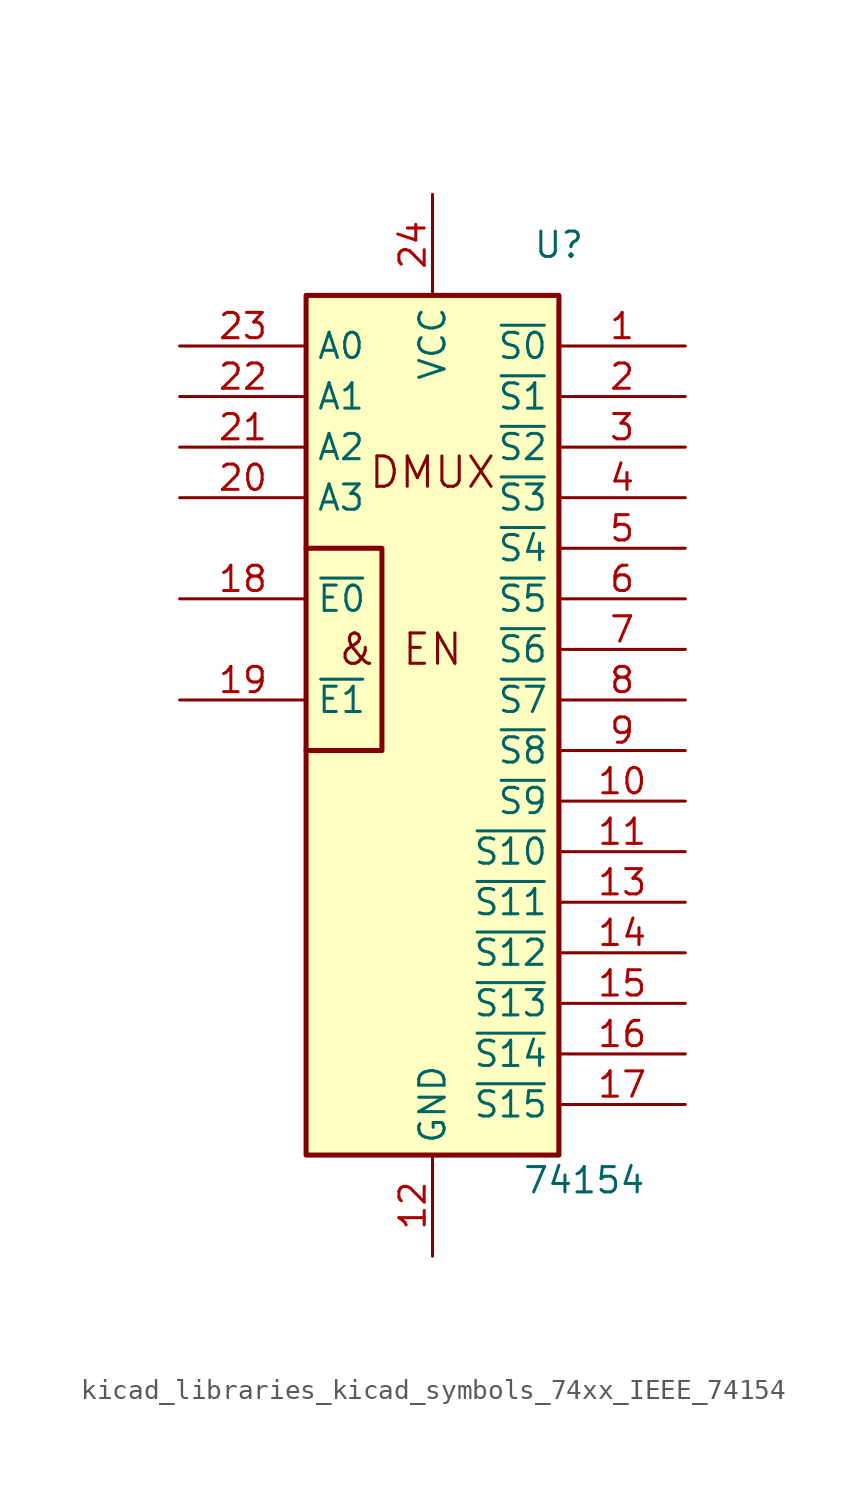
<source format=kicad_sym>
(kicad_symbol_lib
  (version 20220914)
  (generator kicad_symbol_editor)
  (symbol "kicad_libraries_kicad_symbols_74xx_IEEE_74154"
    (property "Reference" "U"
      (at 6.35 25.4 0)
      (effects (font (size 1.27 1.27))))
    (property "Value" "74154"
      (at 7.62 -21.59 0)
      (effects (font (size 1.27 1.27))))
    (symbol "kicad_libraries_kicad_symbols_74xx_IEEE_74154_0_0"
      (rectangle (start -6.35 22.86) (end 6.35 -20.32) (stroke (width 0.254) (type default)) (fill (type background)))
      (polyline (pts (xy -6.35 10.16) (xy -2.54 10.16) (xy -2.54 0) (xy -6.35 0) (xy -6.35 0)) (stroke (width 0.254) (type default)) (fill (type background)))
      (text "&" (at -3.81 5.08 0) (effects (font (size 1.524 1.524))))
      (text "DMUX" (at 0 13.97 0) (effects (font (size 1.524 1.524))))
      (text "EN" (at 0 5.08 0) (effects (font (size 1.524 1.524))))
      (pin power_in line (at 0 -25.4 90) (length 5.08) (name "GND" (effects (font (size 1.27 1.27)))) (number "12" (effects (font (size 1.27 1.27)))))
      (pin power_in line (at 0 27.94 270) (length 5.08) (name "VCC" (effects (font (size 1.27 1.27)))) (number "24" (effects (font (size 1.27 1.27))))))
    (symbol "kicad_libraries_kicad_symbols_74xx_IEEE_74154_1_1"
      (pin output line (at 12.7 20.32 180) (length 6.35) (name "~{S0}" (effects (font (size 1.27 1.27)))) (number "1" (effects (font (size 1.27 1.27)))))
      (pin output line (at 12.7 -2.54 180) (length 6.35) (name "~{S9}" (effects (font (size 1.27 1.27)))) (number "10" (effects (font (size 1.27 1.27)))))
      (pin output line (at 12.7 -5.08 180) (length 6.35) (name "~{S10}" (effects (font (size 1.27 1.27)))) (number "11" (effects (font (size 1.27 1.27)))))
      (pin output line (at 12.7 -7.62 180) (length 6.35) (name "~{S11}" (effects (font (size 1.27 1.27)))) (number "13" (effects (font (size 1.27 1.27)))))
      (pin output line (at 12.7 -10.16 180) (length 6.35) (name "~{S12}" (effects (font (size 1.27 1.27)))) (number "14" (effects (font (size 1.27 1.27)))))
      (pin input line (at 12.7 -12.7 180) (length 6.35) (name "~{S13}" (effects (font (size 1.27 1.27)))) (number "15" (effects (font (size 1.27 1.27)))))
      (pin output line (at 12.7 -15.24 180) (length 6.35) (name "~{S14}" (effects (font (size 1.27 1.27)))) (number "16" (effects (font (size 1.27 1.27)))))
      (pin output line (at 12.7 -17.78 180) (length 6.35) (name "~{S15}" (effects (font (size 1.27 1.27)))) (number "17" (effects (font (size 1.27 1.27)))))
      (pin input line (at -12.7 7.62 0) (length 6.35) (name "~{E0}" (effects (font (size 1.27 1.27)))) (number "18" (effects (font (size 1.27 1.27)))))
      (pin input line (at -12.7 2.54 0) (length 6.35) (name "~{E1}" (effects (font (size 1.27 1.27)))) (number "19" (effects (font (size 1.27 1.27)))))
      (pin output line (at 12.7 17.78 180) (length 6.35) (name "~{S1}" (effects (font (size 1.27 1.27)))) (number "2" (effects (font (size 1.27 1.27)))))
      (pin input line (at -12.7 12.7 0) (length 6.35) (name "A3" (effects (font (size 1.27 1.27)))) (number "20" (effects (font (size 1.27 1.27)))))
      (pin input line (at -12.7 15.24 0) (length 6.35) (name "A2" (effects (font (size 1.27 1.27)))) (number "21" (effects (font (size 1.27 1.27)))))
      (pin input line (at -12.7 17.78 0) (length 6.35) (name "A1" (effects (font (size 1.27 1.27)))) (number "22" (effects (font (size 1.27 1.27)))))
      (pin input line (at -12.7 20.32 0) (length 6.35) (name "A0" (effects (font (size 1.27 1.27)))) (number "23" (effects (font (size 1.27 1.27)))))
      (pin output line (at 12.7 15.24 180) (length 6.35) (name "~{S2}" (effects (font (size 1.27 1.27)))) (number "3" (effects (font (size 1.27 1.27)))))
      (pin output line (at 12.7 12.7 180) (length 6.35) (name "~{S3}" (effects (font (size 1.27 1.27)))) (number "4" (effects (font (size 1.27 1.27)))))
      (pin output line (at 12.7 10.16 180) (length 6.35) (name "~{S4}" (effects (font (size 1.27 1.27)))) (number "5" (effects (font (size 1.27 1.27)))))
      (pin output line (at 12.7 7.62 180) (length 6.35) (name "~{S5}" (effects (font (size 1.27 1.27)))) (number "6" (effects (font (size 1.27 1.27)))))
      (pin output line (at 12.7 5.08 180) (length 6.35) (name "~{S6}" (effects (font (size 1.27 1.27)))) (number "7" (effects (font (size 1.27 1.27)))))
      (pin output line (at 12.7 2.54 180) (length 6.35) (name "~{S7}" (effects (font (size 1.27 1.27)))) (number "8" (effects (font (size 1.27 1.27)))))
      (pin output line (at 12.7 0 180) (length 6.35) (name "~{S8}" (effects (font (size 1.27 1.27)))) (number "9" (effects (font (size 1.27 1.27))))))))
</source>
